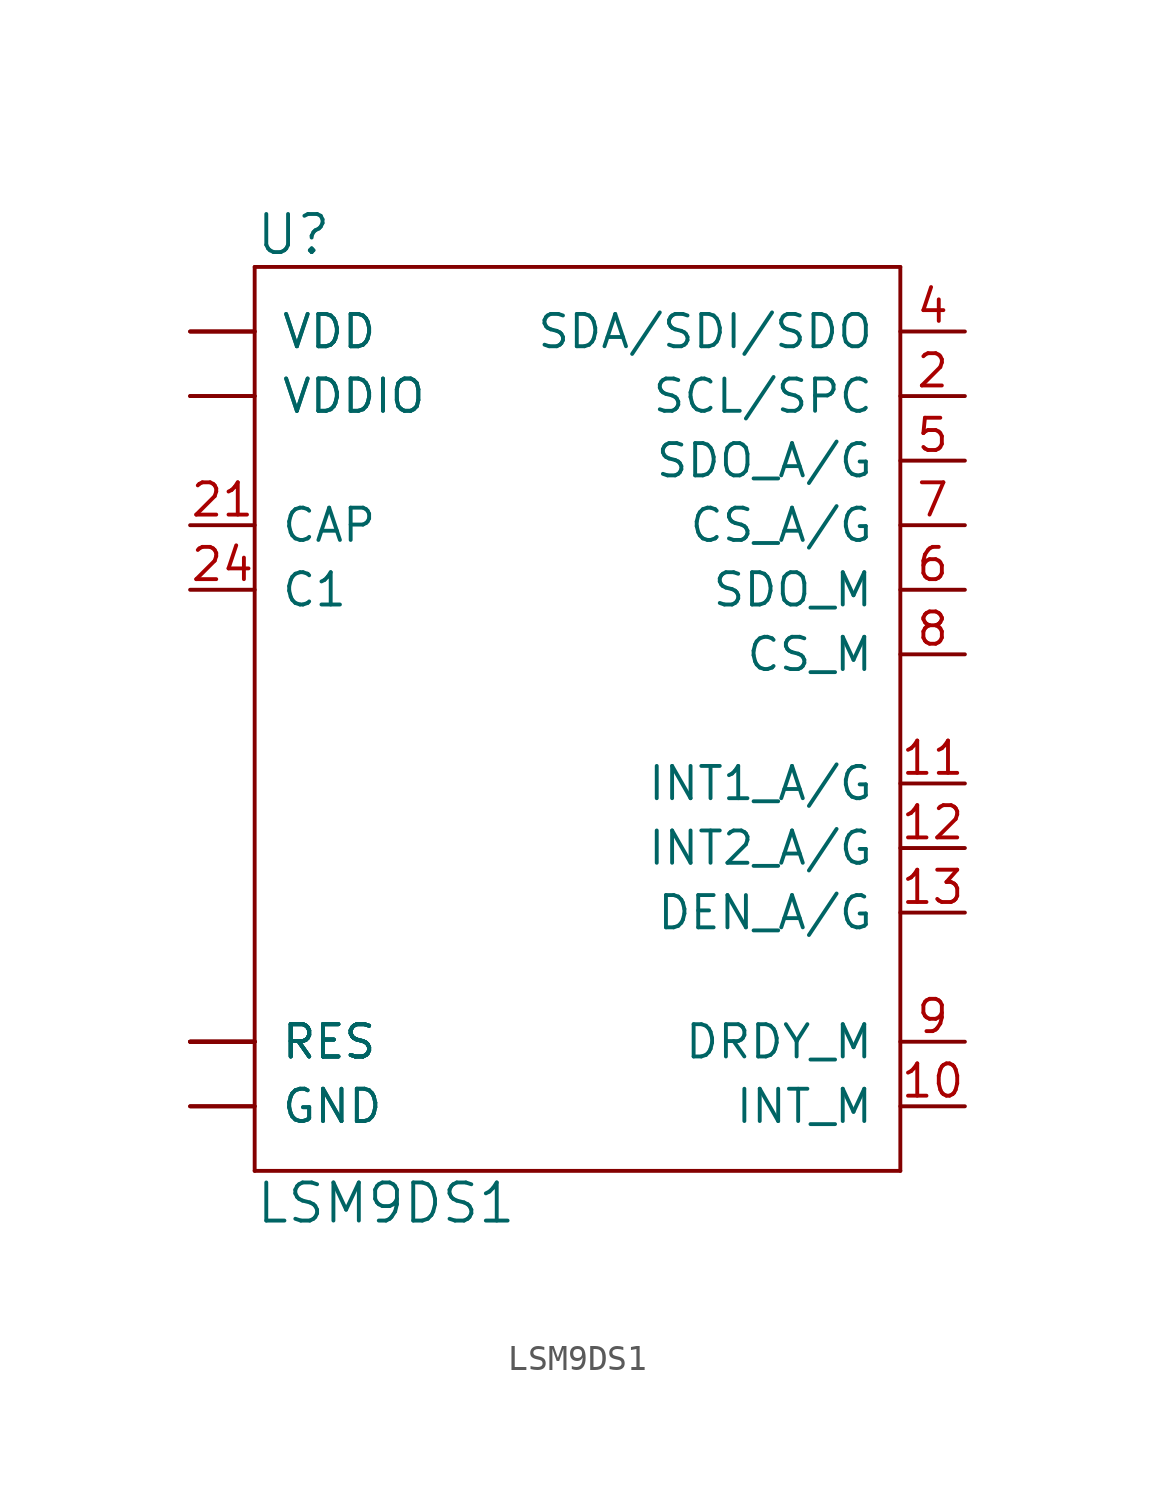
<source format=kicad_sym>
(kicad_symbol_lib
  (version 20220914)
  (generator kicad_symbol_editor)
  (symbol "LSM9DS1"
    (pin_names
      (offset 1.016))
    (property "Reference" "U"
      (at -12.7 19.05 0)
      (effects (font (size 1.499 1.499)) (justify left)))
    (property "Value" "LSM9DS1"
      (at -12.7 -19.05 0)
      (effects (font (size 1.499 1.499)) (justify left)))
    (property "ki_locked" ""
      (at 0 0 0)
      (effects (font (size 1.27 1.27))))
    (symbol "LSM9DS1_1_0"
      (polyline (pts (xy -12.7 -17.78) (xy 12.7 -17.78)) (stroke (width 0) (type default)) (fill (type none)))
      (polyline (pts (xy -12.7 17.78) (xy -12.7 -17.78)) (stroke (width 0) (type default)) (fill (type none)))
      (polyline (pts (xy 12.7 -17.78) (xy 12.7 17.78)) (stroke (width 0) (type default)) (fill (type none)))
      (polyline (pts (xy 12.7 17.78) (xy -12.7 17.78)) (stroke (width 0) (type default)) (fill (type none)))
      (pin bidirectional line (at -15.24 12.7 0) (length 2.54) (name "VDDIO" (effects (font (size 1.27 1.27)))) (number "1" (effects (font (size 0 0)))))
      (pin bidirectional line (at 15.24 -15.24 180) (length 2.54) (name "INT_M" (effects (font (size 1.27 1.27)))) (number "10" (effects (font (size 1.27 1.27)))))
      (pin bidirectional line (at 15.24 -2.54 180) (length 2.54) (name "INT1_A/G" (effects (font (size 1.27 1.27)))) (number "11" (effects (font (size 1.27 1.27)))))
      (pin bidirectional line (at 15.24 -5.08 180) (length 2.54) (name "INT2_A/G" (effects (font (size 1.27 1.27)))) (number "12" (effects (font (size 1.27 1.27)))))
      (pin bidirectional line (at 15.24 -7.62 180) (length 2.54) (name "DEN_A/G" (effects (font (size 1.27 1.27)))) (number "13" (effects (font (size 1.27 1.27)))))
      (pin bidirectional line (at -15.24 -12.7 0) (length 2.54) (name "RES" (effects (font (size 1.27 1.27)))) (number "14" (effects (font (size 0 0)))))
      (pin bidirectional line (at -15.24 -12.7 0) (length 2.54) (name "RES" (effects (font (size 1.27 1.27)))) (number "15" (effects (font (size 0 0)))))
      (pin bidirectional line (at -15.24 -12.7 0) (length 2.54) (name "RES" (effects (font (size 1.27 1.27)))) (number "16" (effects (font (size 0 0)))))
      (pin bidirectional line (at -15.24 -12.7 0) (length 2.54) (name "RES" (effects (font (size 1.27 1.27)))) (number "17" (effects (font (size 0 0)))))
      (pin bidirectional line (at -15.24 -12.7 0) (length 2.54) (name "RES" (effects (font (size 1.27 1.27)))) (number "18" (effects (font (size 0 0)))))
      (pin bidirectional line (at -15.24 -15.24 0) (length 2.54) (name "GND" (effects (font (size 1.27 1.27)))) (number "19" (effects (font (size 0 0)))))
      (pin bidirectional line (at 15.24 12.7 180) (length 2.54) (name "SCL/SPC" (effects (font (size 1.27 1.27)))) (number "2" (effects (font (size 1.27 1.27)))))
      (pin bidirectional line (at -15.24 -15.24 0) (length 2.54) (name "GND" (effects (font (size 1.27 1.27)))) (number "20" (effects (font (size 0 0)))))
      (pin bidirectional line (at -15.24 7.62 0) (length 2.54) (name "CAP" (effects (font (size 1.27 1.27)))) (number "21" (effects (font (size 1.27 1.27)))))
      (pin bidirectional line (at -15.24 15.24 0) (length 2.54) (name "VDD" (effects (font (size 1.27 1.27)))) (number "22" (effects (font (size 0 0)))))
      (pin bidirectional line (at -15.24 15.24 0) (length 2.54) (name "VDD" (effects (font (size 1.27 1.27)))) (number "23" (effects (font (size 0 0)))))
      (pin bidirectional line (at -15.24 5.08 0) (length 2.54) (name "C1" (effects (font (size 1.27 1.27)))) (number "24" (effects (font (size 1.27 1.27)))))
      (pin bidirectional line (at -15.24 12.7 0) (length 2.54) (name "VDDIO" (effects (font (size 1.27 1.27)))) (number "3" (effects (font (size 0 0)))))
      (pin bidirectional line (at 15.24 15.24 180) (length 2.54) (name "SDA/SDI/SDO" (effects (font (size 1.27 1.27)))) (number "4" (effects (font (size 1.27 1.27)))))
      (pin bidirectional line (at 15.24 10.16 180) (length 2.54) (name "SDO_A/G" (effects (font (size 1.27 1.27)))) (number "5" (effects (font (size 1.27 1.27)))))
      (pin bidirectional line (at 15.24 5.08 180) (length 2.54) (name "SDO_M" (effects (font (size 1.27 1.27)))) (number "6" (effects (font (size 1.27 1.27)))))
      (pin bidirectional line (at 15.24 7.62 180) (length 2.54) (name "CS_A/G" (effects (font (size 1.27 1.27)))) (number "7" (effects (font (size 1.27 1.27)))))
      (pin bidirectional line (at 15.24 2.54 180) (length 2.54) (name "CS_M" (effects (font (size 1.27 1.27)))) (number "8" (effects (font (size 1.27 1.27)))))
      (pin bidirectional line (at 15.24 -12.7 180) (length 2.54) (name "DRDY_M" (effects (font (size 1.27 1.27)))) (number "9" (effects (font (size 1.27 1.27))))))))
</source>
